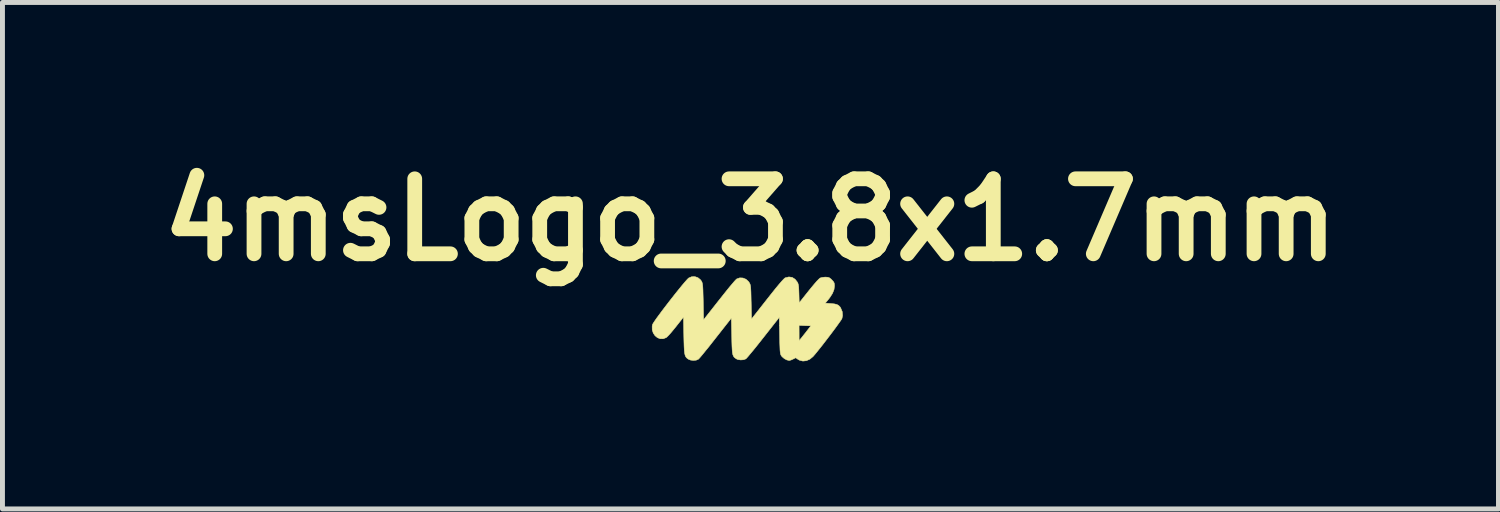
<source format=kicad_pcb>
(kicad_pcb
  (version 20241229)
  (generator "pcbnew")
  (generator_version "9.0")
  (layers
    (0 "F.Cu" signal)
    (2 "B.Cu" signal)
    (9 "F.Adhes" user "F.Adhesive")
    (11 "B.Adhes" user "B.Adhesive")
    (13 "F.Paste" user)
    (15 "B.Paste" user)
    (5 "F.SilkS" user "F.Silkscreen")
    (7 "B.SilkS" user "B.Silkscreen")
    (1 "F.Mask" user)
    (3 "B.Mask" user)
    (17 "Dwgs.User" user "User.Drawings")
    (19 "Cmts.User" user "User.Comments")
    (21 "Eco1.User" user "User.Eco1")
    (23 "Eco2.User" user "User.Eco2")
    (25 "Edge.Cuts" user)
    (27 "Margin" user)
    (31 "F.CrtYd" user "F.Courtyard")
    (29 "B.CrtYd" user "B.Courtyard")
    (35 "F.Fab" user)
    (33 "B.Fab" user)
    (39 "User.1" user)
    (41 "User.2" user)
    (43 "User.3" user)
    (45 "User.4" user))
  (footprint "4msLogo_3.8x1.7mm"
    (layer "F.Cu")
    (at 12.129 3.428)
    (property "Reference" "4msLogo_3.8x1.7mm" (at 0.07 -2.01 0) (layer "F.SilkS") (effects (font (size 1.524 1.524) (thickness 0.3))))
    (attr through_hole)
    (fp_poly (pts (xy -0.998 -0.836) (xy -0.946 -0.794) (xy -0.921 -0.759) (xy -0.914 -0.742) (xy -0.907 -0.719) (xy -0.902 -0.687) (xy -0.898 -0.644) (xy -0.895 -0.584) (xy -0.893 -0.505) (xy -0.89 -0.403) (xy -0.889 -0.346) (xy -0.882 0.02) (xy -0.564 -0.384) (xy -0.49 -0.477) (xy -0.42 -0.565) (xy -0.357 -0.643) (xy -0.301 -0.709) (xy -0.257 -0.761) (xy -0.225 -0.795) (xy -0.209 -0.81) (xy -0.147 -0.832) (xy -0.082 -0.829) (xy -0.021 -0.804) (xy 0.031 -0.757) (xy 0.044 -0.738) (xy 0.055 -0.72) (xy 0.063 -0.701) (xy 0.069 -0.678) (xy 0.074 -0.647) (xy 0.077 -0.603) (xy 0.08 -0.544) (xy 0.082 -0.464) (xy 0.084 -0.361) (xy 0.085 -0.34) (xy 0.092 0.004) (xy 0.414 -0.406) (xy 0.51 -0.527) (xy 0.589 -0.626) (xy 0.654 -0.704) (xy 0.705 -0.763) (xy 0.743 -0.804) (xy 0.769 -0.828) (xy 0.78 -0.834) (xy 0.852 -0.851) (xy 0.919 -0.841) (xy 0.977 -0.804) (xy 1.023 -0.746) (xy 1.035 -0.721) (xy 1.044 -0.691) (xy 1.05 -0.649) (xy 1.053 -0.591) (xy 1.056 -0.512) (xy 1.061 -0.325) (xy 1.254 -0.568) (xy 1.316 -0.644) (xy 1.372 -0.711) (xy 1.42 -0.766) (xy 1.458 -0.805) (xy 1.483 -0.827) (xy 1.486 -0.829) (xy 1.524 -0.84) (xy 1.574 -0.846) (xy 1.597 -0.847) (xy 1.642 -0.844) (xy 1.673 -0.834) (xy 1.705 -0.81) (xy 1.723 -0.792) (xy 1.756 -0.756) (xy 1.772 -0.726) (xy 1.777 -0.689) (xy 1.778 -0.668) (xy 1.768 -0.593) (xy 1.737 -0.516) (xy 1.684 -0.433) (xy 1.657 -0.398) (xy 1.591 -0.318) (xy 1.702 -0.31) (xy 1.774 -0.303) (xy 1.825 -0.291) (xy 1.862 -0.271) (xy 1.891 -0.241) (xy 1.903 -0.222) (xy 1.935 -0.146) (xy 1.942 -0.067) (xy 1.93 -0.007) (xy 1.918 0.015) (xy 1.89 0.056) (xy 1.85 0.112) (xy 1.8 0.181) (xy 1.743 0.258) (xy 1.681 0.34) (xy 1.616 0.425) (xy 1.552 0.508) (xy 1.491 0.586) (xy 1.434 0.657) (xy 1.386 0.716) (xy 1.348 0.76) (xy 1.342 0.767) (xy 1.278 0.82) (xy 1.208 0.851) (xy 1.136 0.859) (xy 1.068 0.842) (xy 1.04 0.827) (xy 0.99 0.792) (xy 0.936 0.819) (xy 0.896 0.837) (xy 0.863 0.846) (xy 0.856 0.847) (xy 0.809 0.836) (xy 0.758 0.809) (xy 0.714 0.771) (xy 0.702 0.757) (xy 0.692 0.742) (xy 0.685 0.726) (xy 0.679 0.705) (xy 0.675 0.675) (xy 0.671 0.633) (xy 0.669 0.576) (xy 0.666 0.499) (xy 0.664 0.399) (xy 0.663 0.341) (xy 0.659 0.134) (xy 1.058 0.134) (xy 1.059 0.289) (xy 1.059 0.445) (xy 1.094 0.402) (xy 1.119 0.372) (xy 1.154 0.327) (xy 1.195 0.276) (xy 1.213 0.252) (xy 1.298 0.143) (xy 1.178 0.139) (xy 1.058 0.134) (xy 0.659 0.134) (xy 0.656 -0.03) (xy 0.333 0.381) (xy 0.258 0.476) (xy 0.188 0.564) (xy 0.124 0.643) (xy 0.068 0.71) (xy 0.024 0.763) (xy -0.008 0.799) (xy -0.025 0.815) (xy -0.025 0.815) (xy -0.071 0.832) (xy -0.129 0.836) (xy -0.185 0.828) (xy -0.217 0.814) (xy -0.242 0.796) (xy -0.262 0.779) (xy -0.276 0.757) (xy -0.288 0.728) (xy -0.296 0.688) (xy -0.301 0.634) (xy -0.305 0.562) (xy -0.308 0.468) (xy -0.31 0.35) (xy -0.31 0.35) (xy -0.318 -0.014) (xy -0.635 0.389) (xy -0.709 0.483) (xy -0.778 0.571) (xy -0.842 0.649) (xy -0.896 0.716) (xy -0.94 0.769) (xy -0.971 0.804) (xy -0.986 0.82) (xy -1.03 0.84) (xy -1.087 0.846) (xy -1.146 0.839) (xy -1.185 0.824) (xy -1.211 0.807) (xy -1.231 0.789) (xy -1.247 0.767) (xy -1.259 0.736) (xy -1.268 0.695) (xy -1.274 0.638) (xy -1.278 0.564) (xy -1.281 0.468) (xy -1.284 0.348) (xy -1.284 0.339) (xy -1.291 -0.034) (xy -1.445 0.161) (xy -1.498 0.226) (xy -1.548 0.286) (xy -1.592 0.335) (xy -1.626 0.369) (xy -1.642 0.382) (xy -1.704 0.406) (xy -1.765 0.405) (xy -1.821 0.383) (xy -1.869 0.343) (xy -1.905 0.289) (xy -1.926 0.225) (xy -1.927 0.153) (xy -1.921 0.119) (xy -1.908 0.094) (xy -1.881 0.052) (xy -1.84 -0.007) (xy -1.788 -0.078) (xy -1.728 -0.159) (xy -1.661 -0.247) (xy -1.591 -0.338) (xy -1.52 -0.429) (xy -1.449 -0.519) (xy -1.382 -0.602) (xy -1.321 -0.677) (xy -1.267 -0.741) (xy -1.224 -0.79) (xy -1.194 -0.821) (xy -1.185 -0.829) (xy -1.124 -0.855) (xy -1.06 -0.857) (xy -0.998 -0.836)) (stroke (width 0.01) (type solid)) (fill yes) (layer "F.SilkS")))
  (gr_rect
    (start -3 -3)
    (end 27.399 7.292)
    (stroke (width 0.1) (type default))
    (fill no)
    (layer "Edge.Cuts")))
</source>
